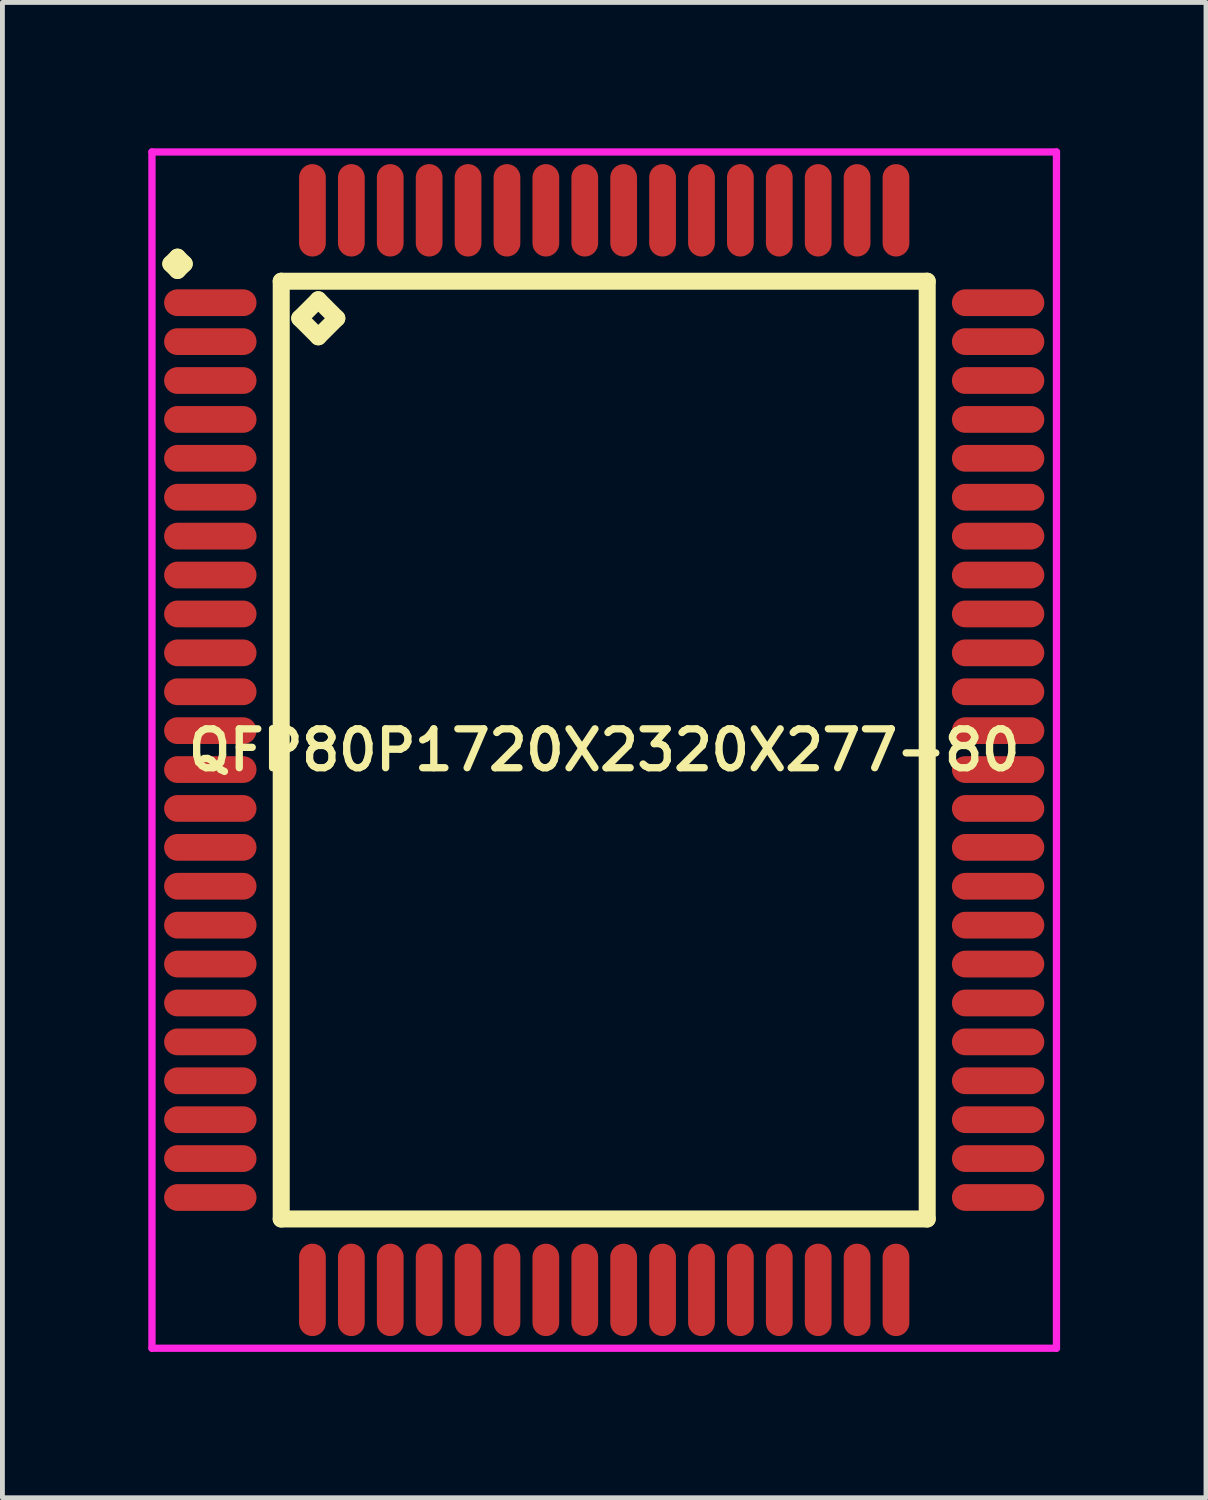
<source format=kicad_pcb>
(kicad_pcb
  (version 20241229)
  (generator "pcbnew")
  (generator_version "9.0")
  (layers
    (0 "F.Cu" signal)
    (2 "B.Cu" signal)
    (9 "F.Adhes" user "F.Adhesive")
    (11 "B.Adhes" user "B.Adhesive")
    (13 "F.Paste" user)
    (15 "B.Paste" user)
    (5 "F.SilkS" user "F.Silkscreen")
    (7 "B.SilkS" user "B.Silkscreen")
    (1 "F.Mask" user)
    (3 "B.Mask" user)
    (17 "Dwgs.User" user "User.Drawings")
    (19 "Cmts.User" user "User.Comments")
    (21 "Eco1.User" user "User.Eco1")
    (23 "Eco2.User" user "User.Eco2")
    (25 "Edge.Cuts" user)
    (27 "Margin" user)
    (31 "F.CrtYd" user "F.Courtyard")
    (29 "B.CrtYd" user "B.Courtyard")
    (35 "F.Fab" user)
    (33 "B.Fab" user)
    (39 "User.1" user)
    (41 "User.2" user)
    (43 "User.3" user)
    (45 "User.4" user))
  (footprint "QFP80P1720X2320X277-80"
    (layer "F.Cu")
    (at 9.375 12.375)
    (property "Reference" "QFP80P1720X2320X277-80" (at 0 0 0) (layer "F.SilkS") (effects (font (size 0.8 0.8) (thickness 0.15))))
    (attr smd)
    (fp_line (start -8.912 -10) (end -8.775 -10.137) (stroke (width 0.35) (type solid)) (layer "F.SilkS"))
    (fp_line (start -8.775 -10.137) (end -8.637 -10) (stroke (width 0.35) (type solid)) (layer "F.SilkS"))
    (fp_line (start -8.775 -9.863) (end -8.912 -10) (stroke (width 0.35) (type solid)) (layer "F.SilkS"))
    (fp_line (start -8.637 -10) (end -8.775 -9.863) (stroke (width 0.35) (type solid)) (layer "F.SilkS"))
    (fp_line (start -6.642 -9.642) (end -6.642 9.642) (stroke (width 0.35) (type solid)) (layer "F.SilkS"))
    (fp_line (start -6.642 9.642) (end 6.642 9.642) (stroke (width 0.35) (type solid)) (layer "F.SilkS"))
    (fp_line (start -6.261 -8.88) (end -5.88 -9.261) (stroke (width 0.35) (type solid)) (layer "F.SilkS"))
    (fp_line (start -5.88 -9.261) (end -5.499 -8.88) (stroke (width 0.35) (type solid)) (layer "F.SilkS"))
    (fp_line (start -5.88 -8.499) (end -6.261 -8.88) (stroke (width 0.35) (type solid)) (layer "F.SilkS"))
    (fp_line (start -5.499 -8.88) (end -5.88 -8.499) (stroke (width 0.35) (type solid)) (layer "F.SilkS"))
    (fp_line (start 6.642 -9.642) (end -6.642 -9.642) (stroke (width 0.35) (type solid)) (layer "F.SilkS"))
    (fp_line (start 6.642 9.642) (end 6.642 -9.642) (stroke (width 0.35) (type solid)) (layer "F.SilkS"))
    (fp_line (start -9.3 -12.3) (end 9.3 -12.3) (stroke (width 0.15) (type solid)) (layer "F.CrtYd"))
    (fp_line (start -9.3 12.3) (end -9.3 -12.3) (stroke (width 0.15) (type solid)) (layer "F.CrtYd"))
    (fp_line (start 9.3 -12.3) (end 9.3 12.3) (stroke (width 0.15) (type solid)) (layer "F.CrtYd"))
    (fp_line (start 9.3 12.3) (end -9.3 12.3) (stroke (width 0.15) (type solid)) (layer "F.CrtYd"))
    (pad "1" smd oval (at -8.1 -9.2) (size 1.9 0.55) (layers "F.Cu" "F.Mask" "F.Paste"))
    (pad "2" smd oval (at -8.1 -8.4) (size 1.9 0.55) (layers "F.Cu" "F.Mask" "F.Paste"))
    (pad "3" smd oval (at -8.1 -7.6) (size 1.9 0.55) (layers "F.Cu" "F.Mask" "F.Paste"))
    (pad "4" smd oval (at -8.1 -6.8) (size 1.9 0.55) (layers "F.Cu" "F.Mask" "F.Paste"))
    (pad "5" smd oval (at -8.1 -6) (size 1.9 0.55) (layers "F.Cu" "F.Mask" "F.Paste"))
    (pad "6" smd oval (at -8.1 -5.2) (size 1.9 0.55) (layers "F.Cu" "F.Mask" "F.Paste"))
    (pad "7" smd oval (at -8.1 -4.4) (size 1.9 0.55) (layers "F.Cu" "F.Mask" "F.Paste"))
    (pad "8" smd oval (at -8.1 -3.6) (size 1.9 0.55) (layers "F.Cu" "F.Mask" "F.Paste"))
    (pad "9" smd oval (at -8.1 -2.8) (size 1.9 0.55) (layers "F.Cu" "F.Mask" "F.Paste"))
    (pad "10" smd oval (at -8.1 -2) (size 1.9 0.55) (layers "F.Cu" "F.Mask" "F.Paste"))
    (pad "11" smd oval (at -8.1 -1.2) (size 1.9 0.55) (layers "F.Cu" "F.Mask" "F.Paste"))
    (pad "12" smd oval (at -8.1 -0.4) (size 1.9 0.55) (layers "F.Cu" "F.Mask" "F.Paste"))
    (pad "13" smd oval (at -8.1 0.4) (size 1.9 0.55) (layers "F.Cu" "F.Mask" "F.Paste"))
    (pad "14" smd oval (at -8.1 1.2) (size 1.9 0.55) (layers "F.Cu" "F.Mask" "F.Paste"))
    (pad "15" smd oval (at -8.1 2) (size 1.9 0.55) (layers "F.Cu" "F.Mask" "F.Paste"))
    (pad "16" smd oval (at -8.1 2.8) (size 1.9 0.55) (layers "F.Cu" "F.Mask" "F.Paste"))
    (pad "17" smd oval (at -8.1 3.6) (size 1.9 0.55) (layers "F.Cu" "F.Mask" "F.Paste"))
    (pad "18" smd oval (at -8.1 4.4) (size 1.9 0.55) (layers "F.Cu" "F.Mask" "F.Paste"))
    (pad "19" smd oval (at -8.1 5.2) (size 1.9 0.55) (layers "F.Cu" "F.Mask" "F.Paste"))
    (pad "20" smd oval (at -8.1 6) (size 1.9 0.55) (layers "F.Cu" "F.Mask" "F.Paste"))
    (pad "21" smd oval (at -8.1 6.8) (size 1.9 0.55) (layers "F.Cu" "F.Mask" "F.Paste"))
    (pad "22" smd oval (at -8.1 7.6) (size 1.9 0.55) (layers "F.Cu" "F.Mask" "F.Paste"))
    (pad "23" smd oval (at -8.1 8.4) (size 1.9 0.55) (layers "F.Cu" "F.Mask" "F.Paste"))
    (pad "24" smd oval (at -8.1 9.2) (size 1.9 0.55) (layers "F.Cu" "F.Mask" "F.Paste"))
    (pad "25" smd oval (at -6 11.1) (size 0.55 1.9) (layers "F.Cu" "F.Mask" "F.Paste"))
    (pad "26" smd oval (at -5.2 11.1) (size 0.55 1.9) (layers "F.Cu" "F.Mask" "F.Paste"))
    (pad "27" smd oval (at -4.4 11.1) (size 0.55 1.9) (layers "F.Cu" "F.Mask" "F.Paste"))
    (pad "28" smd oval (at -3.6 11.1) (size 0.55 1.9) (layers "F.Cu" "F.Mask" "F.Paste"))
    (pad "29" smd oval (at -2.8 11.1) (size 0.55 1.9) (layers "F.Cu" "F.Mask" "F.Paste"))
    (pad "30" smd oval (at -2 11.1) (size 0.55 1.9) (layers "F.Cu" "F.Mask" "F.Paste"))
    (pad "31" smd oval (at -1.2 11.1) (size 0.55 1.9) (layers "F.Cu" "F.Mask" "F.Paste"))
    (pad "32" smd oval (at -0.4 11.1) (size 0.55 1.9) (layers "F.Cu" "F.Mask" "F.Paste"))
    (pad "33" smd oval (at 0.4 11.1) (size 0.55 1.9) (layers "F.Cu" "F.Mask" "F.Paste"))
    (pad "34" smd oval (at 1.2 11.1) (size 0.55 1.9) (layers "F.Cu" "F.Mask" "F.Paste"))
    (pad "35" smd oval (at 2 11.1) (size 0.55 1.9) (layers "F.Cu" "F.Mask" "F.Paste"))
    (pad "36" smd oval (at 2.8 11.1) (size 0.55 1.9) (layers "F.Cu" "F.Mask" "F.Paste"))
    (pad "37" smd oval (at 3.6 11.1) (size 0.55 1.9) (layers "F.Cu" "F.Mask" "F.Paste"))
    (pad "38" smd oval (at 4.4 11.1) (size 0.55 1.9) (layers "F.Cu" "F.Mask" "F.Paste"))
    (pad "39" smd oval (at 5.2 11.1) (size 0.55 1.9) (layers "F.Cu" "F.Mask" "F.Paste"))
    (pad "40" smd oval (at 6 11.1) (size 0.55 1.9) (layers "F.Cu" "F.Mask" "F.Paste"))
    (pad "41" smd oval (at 8.1 9.2) (size 1.9 0.55) (layers "F.Cu" "F.Mask" "F.Paste"))
    (pad "42" smd oval (at 8.1 8.4) (size 1.9 0.55) (layers "F.Cu" "F.Mask" "F.Paste"))
    (pad "43" smd oval (at 8.1 7.6) (size 1.9 0.55) (layers "F.Cu" "F.Mask" "F.Paste"))
    (pad "44" smd oval (at 8.1 6.8) (size 1.9 0.55) (layers "F.Cu" "F.Mask" "F.Paste"))
    (pad "45" smd oval (at 8.1 6) (size 1.9 0.55) (layers "F.Cu" "F.Mask" "F.Paste"))
    (pad "46" smd oval (at 8.1 5.2) (size 1.9 0.55) (layers "F.Cu" "F.Mask" "F.Paste"))
    (pad "47" smd oval (at 8.1 4.4) (size 1.9 0.55) (layers "F.Cu" "F.Mask" "F.Paste"))
    (pad "48" smd oval (at 8.1 3.6) (size 1.9 0.55) (layers "F.Cu" "F.Mask" "F.Paste"))
    (pad "49" smd oval (at 8.1 2.8) (size 1.9 0.55) (layers "F.Cu" "F.Mask" "F.Paste"))
    (pad "50" smd oval (at 8.1 2) (size 1.9 0.55) (layers "F.Cu" "F.Mask" "F.Paste"))
    (pad "51" smd oval (at 8.1 1.2) (size 1.9 0.55) (layers "F.Cu" "F.Mask" "F.Paste"))
    (pad "52" smd oval (at 8.1 0.4) (size 1.9 0.55) (layers "F.Cu" "F.Mask" "F.Paste"))
    (pad "53" smd oval (at 8.1 -0.4) (size 1.9 0.55) (layers "F.Cu" "F.Mask" "F.Paste"))
    (pad "54" smd oval (at 8.1 -1.2) (size 1.9 0.55) (layers "F.Cu" "F.Mask" "F.Paste"))
    (pad "55" smd oval (at 8.1 -2) (size 1.9 0.55) (layers "F.Cu" "F.Mask" "F.Paste"))
    (pad "56" smd oval (at 8.1 -2.8) (size 1.9 0.55) (layers "F.Cu" "F.Mask" "F.Paste"))
    (pad "57" smd oval (at 8.1 -3.6) (size 1.9 0.55) (layers "F.Cu" "F.Mask" "F.Paste"))
    (pad "58" smd oval (at 8.1 -4.4) (size 1.9 0.55) (layers "F.Cu" "F.Mask" "F.Paste"))
    (pad "59" smd oval (at 8.1 -5.2) (size 1.9 0.55) (layers "F.Cu" "F.Mask" "F.Paste"))
    (pad "60" smd oval (at 8.1 -6) (size 1.9 0.55) (layers "F.Cu" "F.Mask" "F.Paste"))
    (pad "61" smd oval (at 8.1 -6.8) (size 1.9 0.55) (layers "F.Cu" "F.Mask" "F.Paste"))
    (pad "62" smd oval (at 8.1 -7.6) (size 1.9 0.55) (layers "F.Cu" "F.Mask" "F.Paste"))
    (pad "63" smd oval (at 8.1 -8.4) (size 1.9 0.55) (layers "F.Cu" "F.Mask" "F.Paste"))
    (pad "64" smd oval (at 8.1 -9.2) (size 1.9 0.55) (layers "F.Cu" "F.Mask" "F.Paste"))
    (pad "65" smd oval (at 6 -11.1) (size 0.55 1.9) (layers "F.Cu" "F.Mask" "F.Paste"))
    (pad "66" smd oval (at 5.2 -11.1) (size 0.55 1.9) (layers "F.Cu" "F.Mask" "F.Paste"))
    (pad "67" smd oval (at 4.4 -11.1) (size 0.55 1.9) (layers "F.Cu" "F.Mask" "F.Paste"))
    (pad "68" smd oval (at 3.6 -11.1) (size 0.55 1.9) (layers "F.Cu" "F.Mask" "F.Paste"))
    (pad "69" smd oval (at 2.8 -11.1) (size 0.55 1.9) (layers "F.Cu" "F.Mask" "F.Paste"))
    (pad "70" smd oval (at 2 -11.1) (size 0.55 1.9) (layers "F.Cu" "F.Mask" "F.Paste"))
    (pad "71" smd oval (at 1.2 -11.1) (size 0.55 1.9) (layers "F.Cu" "F.Mask" "F.Paste"))
    (pad "72" smd oval (at 0.4 -11.1) (size 0.55 1.9) (layers "F.Cu" "F.Mask" "F.Paste"))
    (pad "73" smd oval (at -0.4 -11.1) (size 0.55 1.9) (layers "F.Cu" "F.Mask" "F.Paste"))
    (pad "74" smd oval (at -1.2 -11.1) (size 0.55 1.9) (layers "F.Cu" "F.Mask" "F.Paste"))
    (pad "75" smd oval (at -2 -11.1) (size 0.55 1.9) (layers "F.Cu" "F.Mask" "F.Paste"))
    (pad "76" smd oval (at -2.8 -11.1) (size 0.55 1.9) (layers "F.Cu" "F.Mask" "F.Paste"))
    (pad "77" smd oval (at -3.6 -11.1) (size 0.55 1.9) (layers "F.Cu" "F.Mask" "F.Paste"))
    (pad "78" smd oval (at -4.4 -11.1) (size 0.55 1.9) (layers "F.Cu" "F.Mask" "F.Paste"))
    (pad "79" smd oval (at -5.2 -11.1) (size 0.55 1.9) (layers "F.Cu" "F.Mask" "F.Paste"))
    (pad "80" smd oval (at -6 -11.1) (size 0.55 1.9) (layers "F.Cu" "F.Mask" "F.Paste")))
  (gr_rect
    (start -3 -3)
    (end 21.75 27.75)
    (stroke (width 0.1) (type default))
    (fill no)
    (layer "Edge.Cuts")))
</source>
